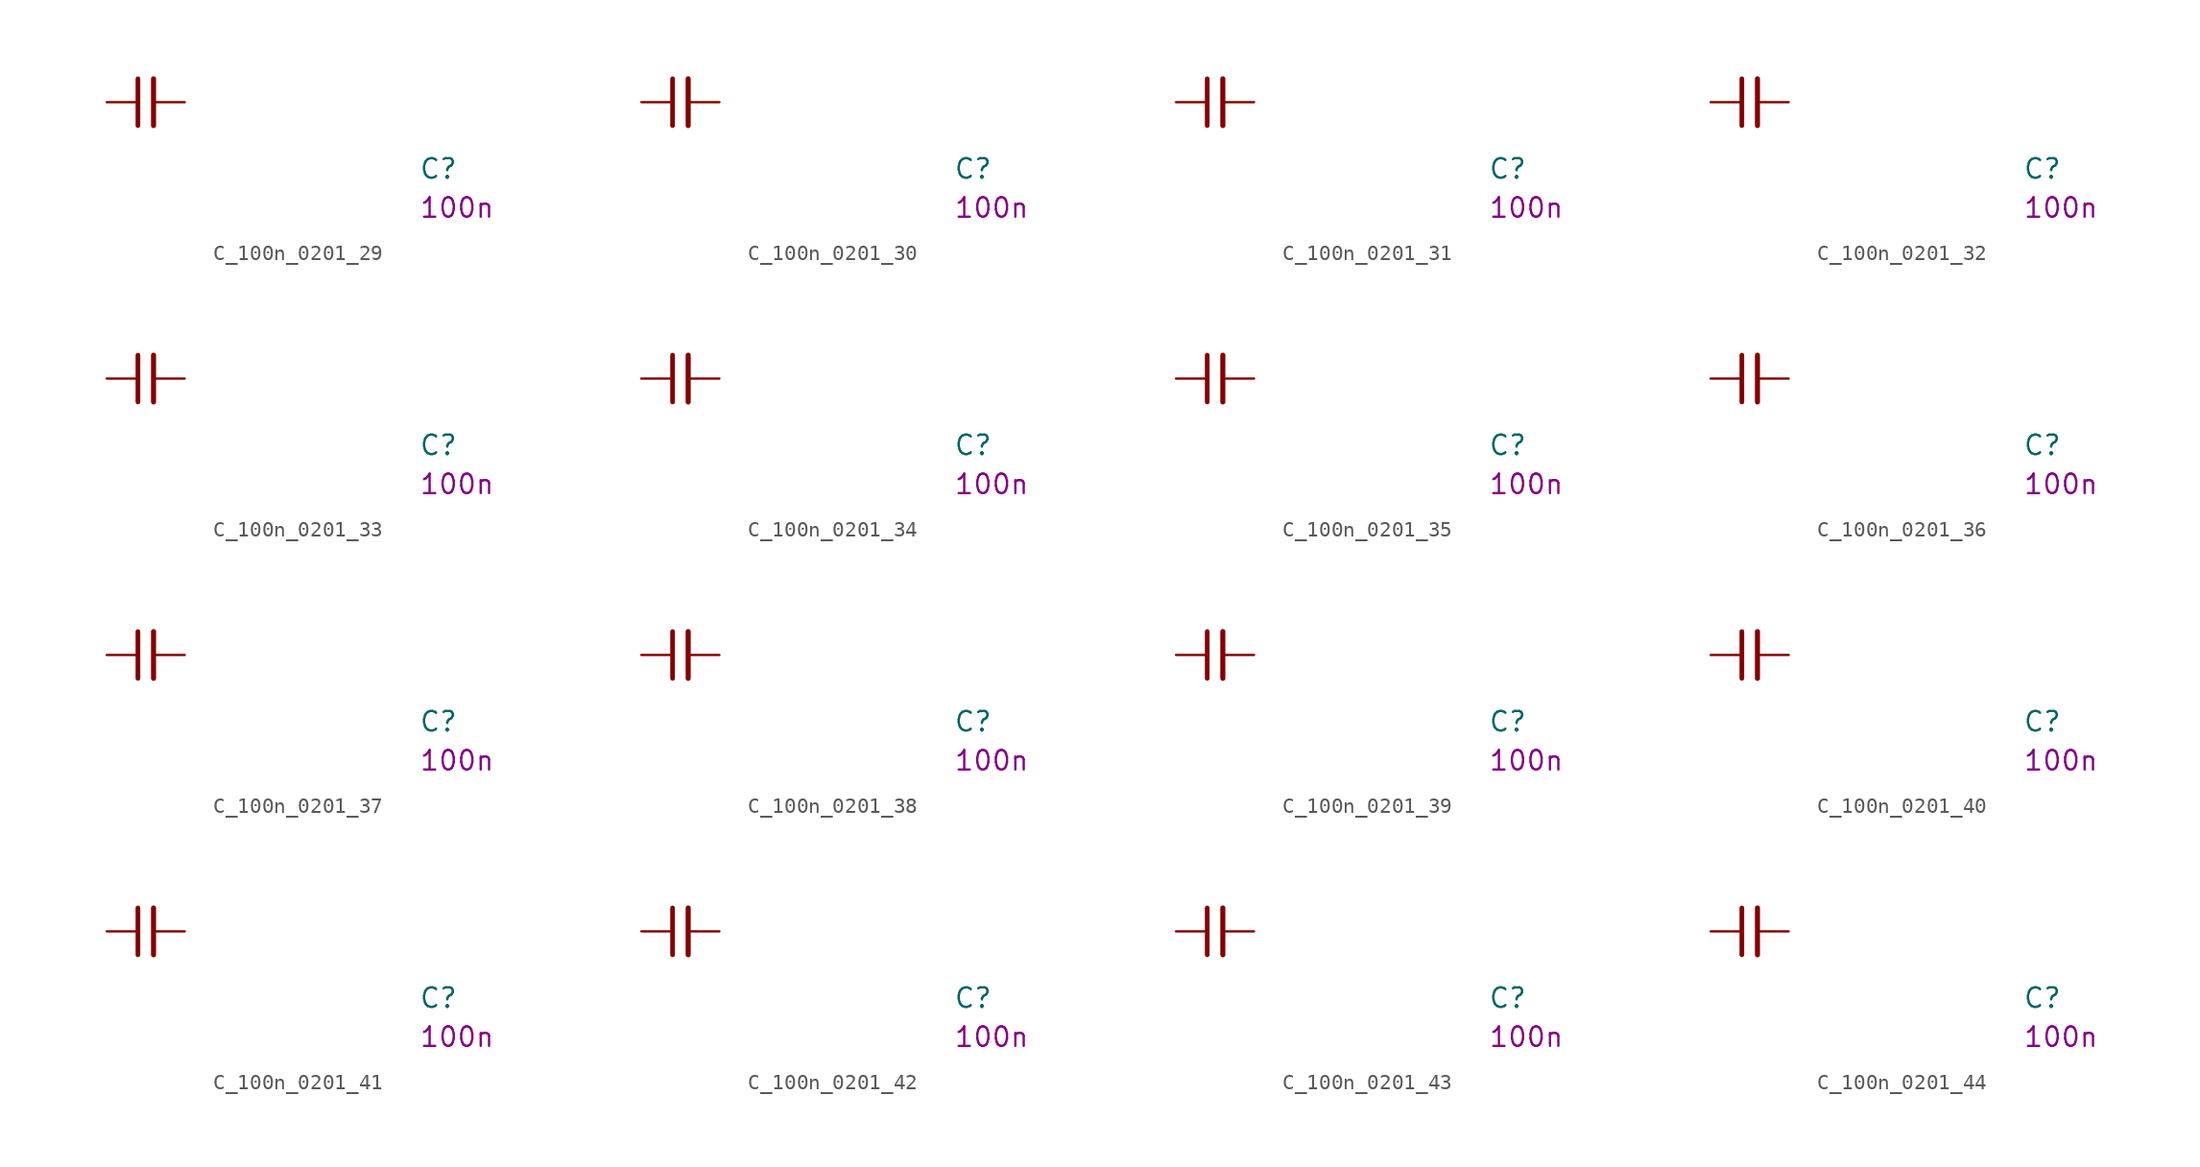
<source format=kicad_sym>
(kicad_symbol_lib
  (version 20211014)
  (generator kicad_symbol_editor)
  (symbol "data-center-rdimm-ddr4-tester:C_100n_0201_29"
    (pin_numbers hide)
    (pin_names hide)
    (property "Reference" "C"
      (at 20.32 -5.08 0)
      (effects (font (size 1.27 1.27) (thickness 0.15)) (justify left bottom)))
    (property "Val" "100n"
      (at 20.32 -7.62 0)
      (effects (font (size 1.27 1.27) (thickness 0.15)) (justify left bottom)))
    (symbol "C_100n_0201_29_0_1"
      (polyline (pts (xy 2.032 -1.524) (xy 2.032 1.524)) (stroke (width 0.305) (type default)) (fill (type none)))
      (polyline (pts (xy 3.048 -1.524) (xy 3.048 1.524)) (stroke (width 0.33) (type default)) (fill (type none))))
    (symbol "C_100n_0201_29_1_1"
      (pin passive line (at 0 0 0) (length 2.032) (name "~" (effects (font (size 1.27 1.27)))) (number "1" (effects (font (size 1.27 1.27)))))
      (pin passive line (at 5.08 0 180) (length 2.032) (name "~" (effects (font (size 1.27 1.27)))) (number "2" (effects (font (size 1.27 1.27)))))))
  (symbol "data-center-rdimm-ddr4-tester:C_100n_0201_30"
    (pin_numbers hide)
    (pin_names hide)
    (property "Reference" "C"
      (at 20.32 -5.08 0)
      (effects (font (size 1.27 1.27) (thickness 0.15)) (justify left bottom)))
    (property "Val" "100n"
      (at 20.32 -7.62 0)
      (effects (font (size 1.27 1.27) (thickness 0.15)) (justify left bottom)))
    (symbol "C_100n_0201_30_0_1"
      (polyline (pts (xy 2.032 -1.524) (xy 2.032 1.524)) (stroke (width 0.305) (type default)) (fill (type none)))
      (polyline (pts (xy 3.048 -1.524) (xy 3.048 1.524)) (stroke (width 0.33) (type default)) (fill (type none))))
    (symbol "C_100n_0201_30_1_1"
      (pin passive line (at 0 0 0) (length 2.032) (name "~" (effects (font (size 1.27 1.27)))) (number "1" (effects (font (size 1.27 1.27)))))
      (pin passive line (at 5.08 0 180) (length 2.032) (name "~" (effects (font (size 1.27 1.27)))) (number "2" (effects (font (size 1.27 1.27)))))))
  (symbol "data-center-rdimm-ddr4-tester:C_100n_0201_31"
    (pin_numbers hide)
    (pin_names hide)
    (property "Reference" "C"
      (at 20.32 -5.08 0)
      (effects (font (size 1.27 1.27) (thickness 0.15)) (justify left bottom)))
    (property "Val" "100n"
      (at 20.32 -7.62 0)
      (effects (font (size 1.27 1.27) (thickness 0.15)) (justify left bottom)))
    (symbol "C_100n_0201_31_0_1"
      (polyline (pts (xy 2.032 -1.524) (xy 2.032 1.524)) (stroke (width 0.305) (type default)) (fill (type none)))
      (polyline (pts (xy 3.048 -1.524) (xy 3.048 1.524)) (stroke (width 0.33) (type default)) (fill (type none))))
    (symbol "C_100n_0201_31_1_1"
      (pin passive line (at 0 0 0) (length 2.032) (name "~" (effects (font (size 1.27 1.27)))) (number "1" (effects (font (size 1.27 1.27)))))
      (pin passive line (at 5.08 0 180) (length 2.032) (name "~" (effects (font (size 1.27 1.27)))) (number "2" (effects (font (size 1.27 1.27)))))))
  (symbol "data-center-rdimm-ddr4-tester:C_100n_0201_32"
    (pin_numbers hide)
    (pin_names hide)
    (property "Reference" "C"
      (at 20.32 -5.08 0)
      (effects (font (size 1.27 1.27) (thickness 0.15)) (justify left bottom)))
    (property "Val" "100n"
      (at 20.32 -7.62 0)
      (effects (font (size 1.27 1.27) (thickness 0.15)) (justify left bottom)))
    (symbol "C_100n_0201_32_0_1"
      (polyline (pts (xy 2.032 -1.524) (xy 2.032 1.524)) (stroke (width 0.305) (type default)) (fill (type none)))
      (polyline (pts (xy 3.048 -1.524) (xy 3.048 1.524)) (stroke (width 0.33) (type default)) (fill (type none))))
    (symbol "C_100n_0201_32_1_1"
      (pin passive line (at 0 0 0) (length 2.032) (name "~" (effects (font (size 1.27 1.27)))) (number "1" (effects (font (size 1.27 1.27)))))
      (pin passive line (at 5.08 0 180) (length 2.032) (name "~" (effects (font (size 1.27 1.27)))) (number "2" (effects (font (size 1.27 1.27)))))))
  (symbol "data-center-rdimm-ddr4-tester:C_100n_0201_33"
    (pin_numbers hide)
    (pin_names hide)
    (property "Reference" "C"
      (at 20.32 -5.08 0)
      (effects (font (size 1.27 1.27) (thickness 0.15)) (justify left bottom)))
    (property "Val" "100n"
      (at 20.32 -7.62 0)
      (effects (font (size 1.27 1.27) (thickness 0.15)) (justify left bottom)))
    (symbol "C_100n_0201_33_0_1"
      (polyline (pts (xy 2.032 -1.524) (xy 2.032 1.524)) (stroke (width 0.305) (type default)) (fill (type none)))
      (polyline (pts (xy 3.048 -1.524) (xy 3.048 1.524)) (stroke (width 0.33) (type default)) (fill (type none))))
    (symbol "C_100n_0201_33_1_1"
      (pin passive line (at 0 0 0) (length 2.032) (name "~" (effects (font (size 1.27 1.27)))) (number "1" (effects (font (size 1.27 1.27)))))
      (pin passive line (at 5.08 0 180) (length 2.032) (name "~" (effects (font (size 1.27 1.27)))) (number "2" (effects (font (size 1.27 1.27)))))))
  (symbol "data-center-rdimm-ddr4-tester:C_100n_0201_34"
    (pin_numbers hide)
    (pin_names hide)
    (property "Reference" "C"
      (at 20.32 -5.08 0)
      (effects (font (size 1.27 1.27) (thickness 0.15)) (justify left bottom)))
    (property "Val" "100n"
      (at 20.32 -7.62 0)
      (effects (font (size 1.27 1.27) (thickness 0.15)) (justify left bottom)))
    (symbol "C_100n_0201_34_0_1"
      (polyline (pts (xy 2.032 -1.524) (xy 2.032 1.524)) (stroke (width 0.305) (type default)) (fill (type none)))
      (polyline (pts (xy 3.048 -1.524) (xy 3.048 1.524)) (stroke (width 0.33) (type default)) (fill (type none))))
    (symbol "C_100n_0201_34_1_1"
      (pin passive line (at 0 0 0) (length 2.032) (name "~" (effects (font (size 1.27 1.27)))) (number "1" (effects (font (size 1.27 1.27)))))
      (pin passive line (at 5.08 0 180) (length 2.032) (name "~" (effects (font (size 1.27 1.27)))) (number "2" (effects (font (size 1.27 1.27)))))))
  (symbol "data-center-rdimm-ddr4-tester:C_100n_0201_35"
    (pin_numbers hide)
    (pin_names hide)
    (property "Reference" "C"
      (at 20.32 -5.08 0)
      (effects (font (size 1.27 1.27) (thickness 0.15)) (justify left bottom)))
    (property "Val" "100n"
      (at 20.32 -7.62 0)
      (effects (font (size 1.27 1.27) (thickness 0.15)) (justify left bottom)))
    (symbol "C_100n_0201_35_0_1"
      (polyline (pts (xy 2.032 -1.524) (xy 2.032 1.524)) (stroke (width 0.305) (type default)) (fill (type none)))
      (polyline (pts (xy 3.048 -1.524) (xy 3.048 1.524)) (stroke (width 0.33) (type default)) (fill (type none))))
    (symbol "C_100n_0201_35_1_1"
      (pin passive line (at 0 0 0) (length 2.032) (name "~" (effects (font (size 1.27 1.27)))) (number "1" (effects (font (size 1.27 1.27)))))
      (pin passive line (at 5.08 0 180) (length 2.032) (name "~" (effects (font (size 1.27 1.27)))) (number "2" (effects (font (size 1.27 1.27)))))))
  (symbol "data-center-rdimm-ddr4-tester:C_100n_0201_36"
    (pin_numbers hide)
    (pin_names hide)
    (property "Reference" "C"
      (at 20.32 -5.08 0)
      (effects (font (size 1.27 1.27) (thickness 0.15)) (justify left bottom)))
    (property "Val" "100n"
      (at 20.32 -7.62 0)
      (effects (font (size 1.27 1.27) (thickness 0.15)) (justify left bottom)))
    (symbol "C_100n_0201_36_0_1"
      (polyline (pts (xy 2.032 -1.524) (xy 2.032 1.524)) (stroke (width 0.305) (type default)) (fill (type none)))
      (polyline (pts (xy 3.048 -1.524) (xy 3.048 1.524)) (stroke (width 0.33) (type default)) (fill (type none))))
    (symbol "C_100n_0201_36_1_1"
      (pin passive line (at 0 0 0) (length 2.032) (name "~" (effects (font (size 1.27 1.27)))) (number "1" (effects (font (size 1.27 1.27)))))
      (pin passive line (at 5.08 0 180) (length 2.032) (name "~" (effects (font (size 1.27 1.27)))) (number "2" (effects (font (size 1.27 1.27)))))))
  (symbol "data-center-rdimm-ddr4-tester:C_100n_0201_37"
    (pin_numbers hide)
    (pin_names hide)
    (property "Reference" "C"
      (at 20.32 -5.08 0)
      (effects (font (size 1.27 1.27) (thickness 0.15)) (justify left bottom)))
    (property "Val" "100n"
      (at 20.32 -7.62 0)
      (effects (font (size 1.27 1.27) (thickness 0.15)) (justify left bottom)))
    (symbol "C_100n_0201_37_0_1"
      (polyline (pts (xy 2.032 -1.524) (xy 2.032 1.524)) (stroke (width 0.305) (type default)) (fill (type none)))
      (polyline (pts (xy 3.048 -1.524) (xy 3.048 1.524)) (stroke (width 0.33) (type default)) (fill (type none))))
    (symbol "C_100n_0201_37_1_1"
      (pin passive line (at 0 0 0) (length 2.032) (name "~" (effects (font (size 1.27 1.27)))) (number "1" (effects (font (size 1.27 1.27)))))
      (pin passive line (at 5.08 0 180) (length 2.032) (name "~" (effects (font (size 1.27 1.27)))) (number "2" (effects (font (size 1.27 1.27)))))))
  (symbol "data-center-rdimm-ddr4-tester:C_100n_0201_38"
    (pin_numbers hide)
    (pin_names hide)
    (property "Reference" "C"
      (at 20.32 -5.08 0)
      (effects (font (size 1.27 1.27) (thickness 0.15)) (justify left bottom)))
    (property "Val" "100n"
      (at 20.32 -7.62 0)
      (effects (font (size 1.27 1.27) (thickness 0.15)) (justify left bottom)))
    (symbol "C_100n_0201_38_0_1"
      (polyline (pts (xy 2.032 -1.524) (xy 2.032 1.524)) (stroke (width 0.305) (type default)) (fill (type none)))
      (polyline (pts (xy 3.048 -1.524) (xy 3.048 1.524)) (stroke (width 0.33) (type default)) (fill (type none))))
    (symbol "C_100n_0201_38_1_1"
      (pin passive line (at 0 0 0) (length 2.032) (name "~" (effects (font (size 1.27 1.27)))) (number "1" (effects (font (size 1.27 1.27)))))
      (pin passive line (at 5.08 0 180) (length 2.032) (name "~" (effects (font (size 1.27 1.27)))) (number "2" (effects (font (size 1.27 1.27)))))))
  (symbol "data-center-rdimm-ddr4-tester:C_100n_0201_39"
    (pin_numbers hide)
    (pin_names hide)
    (property "Reference" "C"
      (at 20.32 -5.08 0)
      (effects (font (size 1.27 1.27) (thickness 0.15)) (justify left bottom)))
    (property "Val" "100n"
      (at 20.32 -7.62 0)
      (effects (font (size 1.27 1.27) (thickness 0.15)) (justify left bottom)))
    (symbol "C_100n_0201_39_0_1"
      (polyline (pts (xy 2.032 -1.524) (xy 2.032 1.524)) (stroke (width 0.305) (type default)) (fill (type none)))
      (polyline (pts (xy 3.048 -1.524) (xy 3.048 1.524)) (stroke (width 0.33) (type default)) (fill (type none))))
    (symbol "C_100n_0201_39_1_1"
      (pin passive line (at 0 0 0) (length 2.032) (name "~" (effects (font (size 1.27 1.27)))) (number "1" (effects (font (size 1.27 1.27)))))
      (pin passive line (at 5.08 0 180) (length 2.032) (name "~" (effects (font (size 1.27 1.27)))) (number "2" (effects (font (size 1.27 1.27)))))))
  (symbol "data-center-rdimm-ddr4-tester:C_100n_0201_40"
    (pin_numbers hide)
    (pin_names hide)
    (property "Reference" "C"
      (at 20.32 -5.08 0)
      (effects (font (size 1.27 1.27) (thickness 0.15)) (justify left bottom)))
    (property "Val" "100n"
      (at 20.32 -7.62 0)
      (effects (font (size 1.27 1.27) (thickness 0.15)) (justify left bottom)))
    (symbol "C_100n_0201_40_0_1"
      (polyline (pts (xy 2.032 -1.524) (xy 2.032 1.524)) (stroke (width 0.305) (type default)) (fill (type none)))
      (polyline (pts (xy 3.048 -1.524) (xy 3.048 1.524)) (stroke (width 0.33) (type default)) (fill (type none))))
    (symbol "C_100n_0201_40_1_1"
      (pin passive line (at 0 0 0) (length 2.032) (name "~" (effects (font (size 1.27 1.27)))) (number "1" (effects (font (size 1.27 1.27)))))
      (pin passive line (at 5.08 0 180) (length 2.032) (name "~" (effects (font (size 1.27 1.27)))) (number "2" (effects (font (size 1.27 1.27)))))))
  (symbol "data-center-rdimm-ddr4-tester:C_100n_0201_41"
    (pin_numbers hide)
    (pin_names hide)
    (property "Reference" "C"
      (at 20.32 -5.08 0)
      (effects (font (size 1.27 1.27) (thickness 0.15)) (justify left bottom)))
    (property "Val" "100n"
      (at 20.32 -7.62 0)
      (effects (font (size 1.27 1.27) (thickness 0.15)) (justify left bottom)))
    (symbol "C_100n_0201_41_0_1"
      (polyline (pts (xy 2.032 -1.524) (xy 2.032 1.524)) (stroke (width 0.305) (type default)) (fill (type none)))
      (polyline (pts (xy 3.048 -1.524) (xy 3.048 1.524)) (stroke (width 0.33) (type default)) (fill (type none))))
    (symbol "C_100n_0201_41_1_1"
      (pin passive line (at 0 0 0) (length 2.032) (name "~" (effects (font (size 1.27 1.27)))) (number "1" (effects (font (size 1.27 1.27)))))
      (pin passive line (at 5.08 0 180) (length 2.032) (name "~" (effects (font (size 1.27 1.27)))) (number "2" (effects (font (size 1.27 1.27)))))))
  (symbol "data-center-rdimm-ddr4-tester:C_100n_0201_42"
    (pin_numbers hide)
    (pin_names hide)
    (property "Reference" "C"
      (at 20.32 -5.08 0)
      (effects (font (size 1.27 1.27) (thickness 0.15)) (justify left bottom)))
    (property "Val" "100n"
      (at 20.32 -7.62 0)
      (effects (font (size 1.27 1.27) (thickness 0.15)) (justify left bottom)))
    (symbol "C_100n_0201_42_0_1"
      (polyline (pts (xy 2.032 -1.524) (xy 2.032 1.524)) (stroke (width 0.305) (type default)) (fill (type none)))
      (polyline (pts (xy 3.048 -1.524) (xy 3.048 1.524)) (stroke (width 0.33) (type default)) (fill (type none))))
    (symbol "C_100n_0201_42_1_1"
      (pin passive line (at 0 0 0) (length 2.032) (name "~" (effects (font (size 1.27 1.27)))) (number "1" (effects (font (size 1.27 1.27)))))
      (pin passive line (at 5.08 0 180) (length 2.032) (name "~" (effects (font (size 1.27 1.27)))) (number "2" (effects (font (size 1.27 1.27)))))))
  (symbol "data-center-rdimm-ddr4-tester:C_100n_0201_43"
    (pin_numbers hide)
    (pin_names hide)
    (property "Reference" "C"
      (at 20.32 -5.08 0)
      (effects (font (size 1.27 1.27) (thickness 0.15)) (justify left bottom)))
    (property "Val" "100n"
      (at 20.32 -7.62 0)
      (effects (font (size 1.27 1.27) (thickness 0.15)) (justify left bottom)))
    (symbol "C_100n_0201_43_0_1"
      (polyline (pts (xy 2.032 -1.524) (xy 2.032 1.524)) (stroke (width 0.305) (type default)) (fill (type none)))
      (polyline (pts (xy 3.048 -1.524) (xy 3.048 1.524)) (stroke (width 0.33) (type default)) (fill (type none))))
    (symbol "C_100n_0201_43_1_1"
      (pin passive line (at 0 0 0) (length 2.032) (name "~" (effects (font (size 1.27 1.27)))) (number "1" (effects (font (size 1.27 1.27)))))
      (pin passive line (at 5.08 0 180) (length 2.032) (name "~" (effects (font (size 1.27 1.27)))) (number "2" (effects (font (size 1.27 1.27)))))))
  (symbol "data-center-rdimm-ddr4-tester:C_100n_0201_44"
    (pin_numbers hide)
    (pin_names hide)
    (property "Reference" "C"
      (at 20.32 -5.08 0)
      (effects (font (size 1.27 1.27) (thickness 0.15)) (justify left bottom)))
    (property "Val" "100n"
      (at 20.32 -7.62 0)
      (effects (font (size 1.27 1.27) (thickness 0.15)) (justify left bottom)))
    (symbol "C_100n_0201_44_0_1"
      (polyline (pts (xy 2.032 -1.524) (xy 2.032 1.524)) (stroke (width 0.305) (type default)) (fill (type none)))
      (polyline (pts (xy 3.048 -1.524) (xy 3.048 1.524)) (stroke (width 0.33) (type default)) (fill (type none))))
    (symbol "C_100n_0201_44_1_1"
      (pin passive line (at 0 0 0) (length 2.032) (name "~" (effects (font (size 1.27 1.27)))) (number "1" (effects (font (size 1.27 1.27)))))
      (pin passive line (at 5.08 0 180) (length 2.032) (name "~" (effects (font (size 1.27 1.27)))) (number "2" (effects (font (size 1.27 1.27))))))))
</source>
